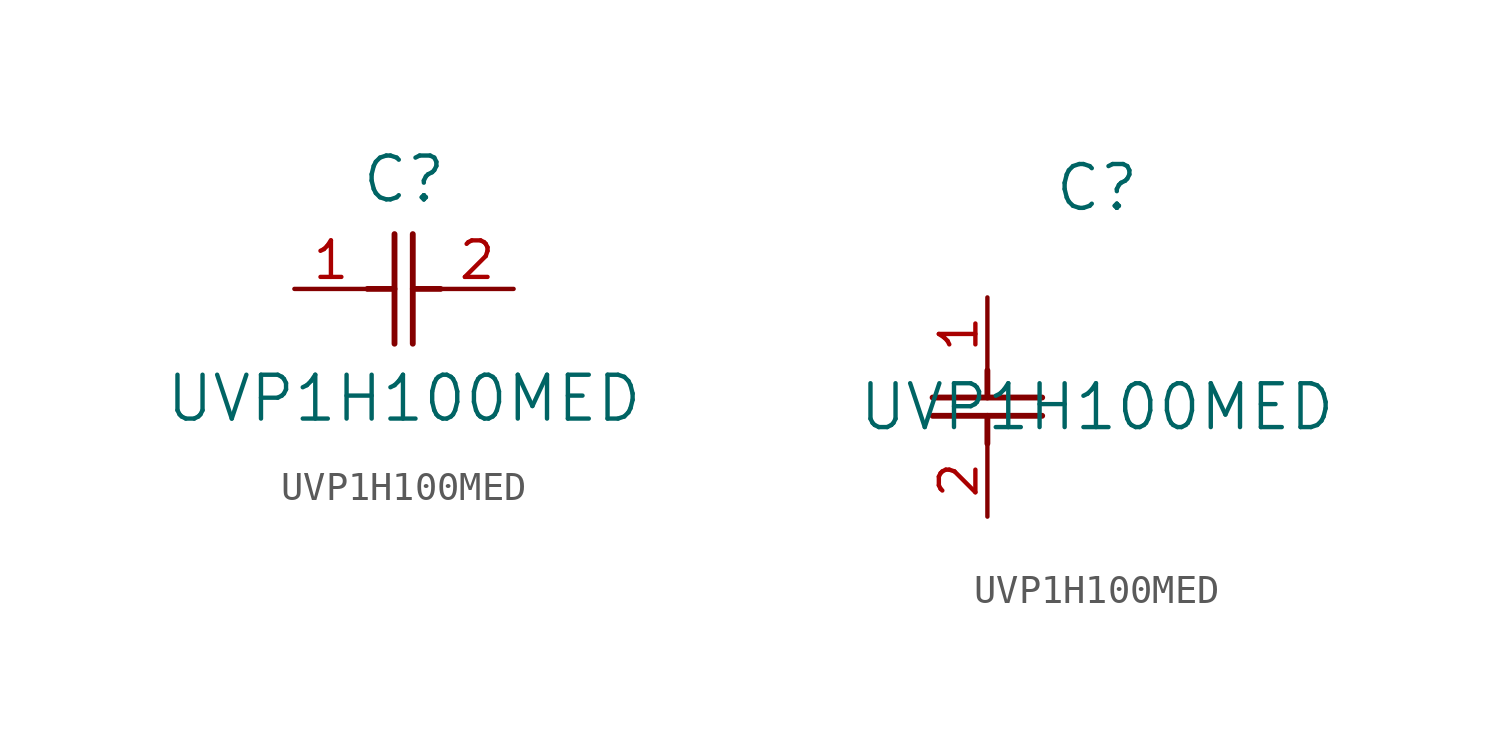
<source format=kicad_sym>
(kicad_symbol_lib
  (version 20211014)
  (generator kicad_symbol_editor)
  (symbol "UVP1H100MED"
    (pin_names
      (offset 0.254))
    (property "Reference" "C"
      (at 3.81 3.81 0)
      (effects (font (size 1.524 1.524))))
    (property "Value" "UVP1H100MED"
      (at 3.81 -3.81 0)
      (effects (font (size 1.524 1.524))))
    (symbol "UVP1H100MED_1_1"
      (polyline (pts (xy 3.48 -1.905) (xy 3.48 1.905)) (stroke (width 0.203) (type default) (color 0 0 0 0)) (fill (type none)))
      (polyline (pts (xy 4.115 -1.905) (xy 4.115 1.905)) (stroke (width 0.203) (type default) (color 0 0 0 0)) (fill (type none)))
      (polyline (pts (xy 4.115 0) (xy 5.08 0)) (stroke (width 0.203) (type default) (color 0 0 0 0)) (fill (type none)))
      (polyline (pts (xy 2.54 0) (xy 3.48 0)) (stroke (width 0.203) (type default) (color 0 0 0 0)) (fill (type none)))
      (pin unspecified line (at 0 0 0) (length 2.54) (name "" (effects (font (size 1.27 1.27)))) (number "1" (effects (font (size 1.27 1.27)))))
      (pin unspecified line (at 7.62 0 180) (length 2.54) (name "" (effects (font (size 1.27 1.27)))) (number "2" (effects (font (size 1.27 1.27))))))
    (symbol "UVP1H100MED_1_2"
      (polyline (pts (xy -1.905 -3.48) (xy 1.905 -3.48)) (stroke (width 0.203) (type default) (color 0 0 0 0)) (fill (type none)))
      (polyline (pts (xy -1.905 -4.115) (xy 1.905 -4.115)) (stroke (width 0.203) (type default) (color 0 0 0 0)) (fill (type none)))
      (polyline (pts (xy 0 -4.115) (xy 0 -5.08)) (stroke (width 0.203) (type default) (color 0 0 0 0)) (fill (type none)))
      (polyline (pts (xy 0 -2.54) (xy 0 -3.48)) (stroke (width 0.203) (type default) (color 0 0 0 0)) (fill (type none)))
      (pin unspecified line (at 0 0 270) (length 2.54) (name "" (effects (font (size 1.27 1.27)))) (number "1" (effects (font (size 1.27 1.27)))))
      (pin unspecified line (at 0 -7.62 90) (length 2.54) (name "" (effects (font (size 1.27 1.27)))) (number "2" (effects (font (size 1.27 1.27))))))))
</source>
